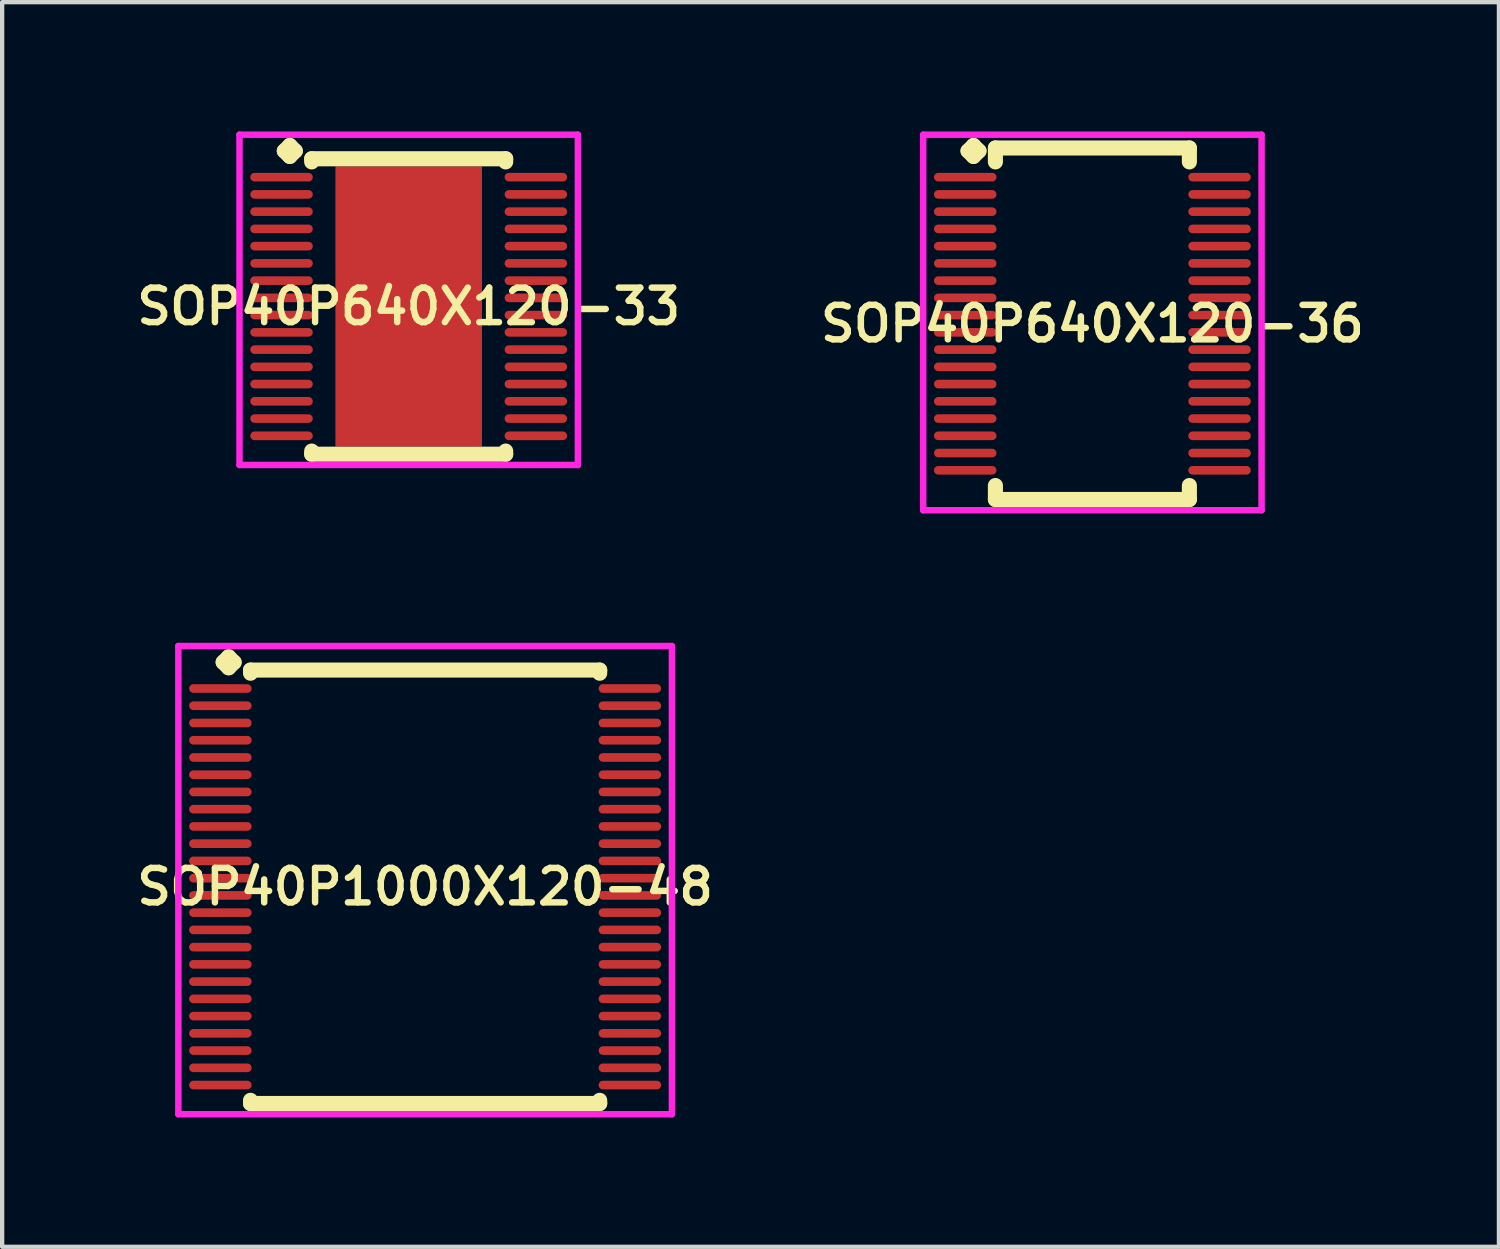
<source format=kicad_pcb>
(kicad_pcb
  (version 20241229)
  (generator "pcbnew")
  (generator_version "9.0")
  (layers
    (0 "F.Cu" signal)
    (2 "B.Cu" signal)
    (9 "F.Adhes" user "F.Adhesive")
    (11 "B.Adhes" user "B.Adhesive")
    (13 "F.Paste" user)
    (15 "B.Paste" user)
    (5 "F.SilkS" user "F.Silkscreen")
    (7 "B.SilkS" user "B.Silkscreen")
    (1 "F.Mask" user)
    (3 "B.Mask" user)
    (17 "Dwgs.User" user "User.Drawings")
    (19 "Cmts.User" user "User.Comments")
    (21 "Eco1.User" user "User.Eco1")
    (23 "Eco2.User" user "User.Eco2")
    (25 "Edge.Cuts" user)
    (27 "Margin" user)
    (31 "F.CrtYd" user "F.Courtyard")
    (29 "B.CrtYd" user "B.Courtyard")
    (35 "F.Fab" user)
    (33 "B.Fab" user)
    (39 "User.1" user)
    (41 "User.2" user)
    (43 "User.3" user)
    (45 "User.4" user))
  (footprint "SOP40P1000X120-48"
    (layer "F.Cu")
    (at 6.812 17.522)
    (property "Reference" "SOP40P1000X120-48" (at 0 0 0) (layer "F.SilkS") (effects (font (size 0.8 0.8) (thickness 0.15))))
    (attr smd)
    (fp_line (start -4.685 -5.208) (end -4.558 -5.335) (stroke (width 0.35) (type solid)) (layer "F.SilkS"))
    (fp_line (start -4.558 -5.335) (end -4.431 -5.208) (stroke (width 0.35) (type solid)) (layer "F.SilkS"))
    (fp_line (start -4.558 -5.081) (end -4.685 -5.208) (stroke (width 0.35) (type solid)) (layer "F.SilkS"))
    (fp_line (start -4.431 -5.208) (end -4.558 -5.081) (stroke (width 0.35) (type solid)) (layer "F.SilkS"))
    (fp_line (start -4.05 -5.027) (end 4.05 -5.027) (stroke (width 0.35) (type solid)) (layer "F.SilkS"))
    (fp_line (start -4.05 -4.954) (end -4.05 -5.027) (stroke (width 0.35) (type solid)) (layer "F.SilkS"))
    (fp_line (start -4.05 4.954) (end -4.05 5.027) (stroke (width 0.35) (type solid)) (layer "F.SilkS"))
    (fp_line (start -4.05 5.027) (end 4.05 5.027) (stroke (width 0.35) (type solid)) (layer "F.SilkS"))
    (fp_line (start 4.05 -5.027) (end 4.05 -4.954) (stroke (width 0.35) (type solid)) (layer "F.SilkS"))
    (fp_line (start 4.05 5.027) (end 4.05 4.954) (stroke (width 0.35) (type solid)) (layer "F.SilkS"))
    (fp_line (start -5.725 -5.585) (end 5.725 -5.585) (stroke (width 0.15) (type solid)) (layer "F.CrtYd"))
    (fp_line (start -5.725 5.277) (end -5.725 -5.585) (stroke (width 0.15) (type solid)) (layer "F.CrtYd"))
    (fp_line (start 5.725 -5.585) (end 5.725 5.277) (stroke (width 0.15) (type solid)) (layer "F.CrtYd"))
    (fp_line (start 5.725 5.277) (end -5.725 5.277) (stroke (width 0.15) (type solid)) (layer "F.CrtYd"))
    (pad "1" smd oval (at -4.75 -4.6) (size 1.45 0.2) (layers "F.Cu" "F.Mask" "F.Paste"))
    (pad "2" smd oval (at -4.75 -4.2) (size 1.45 0.2) (layers "F.Cu" "F.Mask" "F.Paste"))
    (pad "3" smd oval (at -4.75 -3.8) (size 1.45 0.2) (layers "F.Cu" "F.Mask" "F.Paste"))
    (pad "4" smd oval (at -4.75 -3.4) (size 1.45 0.2) (layers "F.Cu" "F.Mask" "F.Paste"))
    (pad "5" smd oval (at -4.75 -3) (size 1.45 0.2) (layers "F.Cu" "F.Mask" "F.Paste"))
    (pad "6" smd oval (at -4.75 -2.6) (size 1.45 0.2) (layers "F.Cu" "F.Mask" "F.Paste"))
    (pad "7" smd oval (at -4.75 -2.2) (size 1.45 0.2) (layers "F.Cu" "F.Mask" "F.Paste"))
    (pad "8" smd oval (at -4.75 -1.8) (size 1.45 0.2) (layers "F.Cu" "F.Mask" "F.Paste"))
    (pad "9" smd oval (at -4.75 -1.4) (size 1.45 0.2) (layers "F.Cu" "F.Mask" "F.Paste"))
    (pad "10" smd oval (at -4.75 -1) (size 1.45 0.2) (layers "F.Cu" "F.Mask" "F.Paste"))
    (pad "11" smd oval (at -4.75 -0.6) (size 1.45 0.2) (layers "F.Cu" "F.Mask" "F.Paste"))
    (pad "12" smd oval (at -4.75 -0.2) (size 1.45 0.2) (layers "F.Cu" "F.Mask" "F.Paste"))
    (pad "13" smd oval (at -4.75 0.2) (size 1.45 0.2) (layers "F.Cu" "F.Mask" "F.Paste"))
    (pad "14" smd oval (at -4.75 0.6) (size 1.45 0.2) (layers "F.Cu" "F.Mask" "F.Paste"))
    (pad "15" smd oval (at -4.75 1) (size 1.45 0.2) (layers "F.Cu" "F.Mask" "F.Paste"))
    (pad "16" smd oval (at -4.75 1.4) (size 1.45 0.2) (layers "F.Cu" "F.Mask" "F.Paste"))
    (pad "17" smd oval (at -4.75 1.8) (size 1.45 0.2) (layers "F.Cu" "F.Mask" "F.Paste"))
    (pad "18" smd oval (at -4.75 2.2) (size 1.45 0.2) (layers "F.Cu" "F.Mask" "F.Paste"))
    (pad "19" smd oval (at -4.75 2.6) (size 1.45 0.2) (layers "F.Cu" "F.Mask" "F.Paste"))
    (pad "20" smd oval (at -4.75 3) (size 1.45 0.2) (layers "F.Cu" "F.Mask" "F.Paste"))
    (pad "21" smd oval (at -4.75 3.4) (size 1.45 0.2) (layers "F.Cu" "F.Mask" "F.Paste"))
    (pad "22" smd oval (at -4.75 3.8) (size 1.45 0.2) (layers "F.Cu" "F.Mask" "F.Paste"))
    (pad "23" smd oval (at -4.75 4.2) (size 1.45 0.2) (layers "F.Cu" "F.Mask" "F.Paste"))
    (pad "24" smd oval (at -4.75 4.6) (size 1.45 0.2) (layers "F.Cu" "F.Mask" "F.Paste"))
    (pad "25" smd oval (at 4.75 4.6) (size 1.45 0.2) (layers "F.Cu" "F.Mask" "F.Paste"))
    (pad "26" smd oval (at 4.75 4.2) (size 1.45 0.2) (layers "F.Cu" "F.Mask" "F.Paste"))
    (pad "27" smd oval (at 4.75 3.8) (size 1.45 0.2) (layers "F.Cu" "F.Mask" "F.Paste"))
    (pad "28" smd oval (at 4.75 3.4) (size 1.45 0.2) (layers "F.Cu" "F.Mask" "F.Paste"))
    (pad "29" smd oval (at 4.75 3) (size 1.45 0.2) (layers "F.Cu" "F.Mask" "F.Paste"))
    (pad "30" smd oval (at 4.75 2.6) (size 1.45 0.2) (layers "F.Cu" "F.Mask" "F.Paste"))
    (pad "31" smd oval (at 4.75 2.2) (size 1.45 0.2) (layers "F.Cu" "F.Mask" "F.Paste"))
    (pad "32" smd oval (at 4.75 1.8) (size 1.45 0.2) (layers "F.Cu" "F.Mask" "F.Paste"))
    (pad "33" smd oval (at 4.75 1.4) (size 1.45 0.2) (layers "F.Cu" "F.Mask" "F.Paste"))
    (pad "34" smd oval (at 4.75 1) (size 1.45 0.2) (layers "F.Cu" "F.Mask" "F.Paste"))
    (pad "35" smd oval (at 4.75 0.6) (size 1.45 0.2) (layers "F.Cu" "F.Mask" "F.Paste"))
    (pad "36" smd oval (at 4.75 0.2) (size 1.45 0.2) (layers "F.Cu" "F.Mask" "F.Paste"))
    (pad "37" smd oval (at 4.75 -0.2) (size 1.45 0.2) (layers "F.Cu" "F.Mask" "F.Paste"))
    (pad "38" smd oval (at 4.75 -0.6) (size 1.45 0.2) (layers "F.Cu" "F.Mask" "F.Paste"))
    (pad "39" smd oval (at 4.75 -1) (size 1.45 0.2) (layers "F.Cu" "F.Mask" "F.Paste"))
    (pad "40" smd oval (at 4.75 -1.4) (size 1.45 0.2) (layers "F.Cu" "F.Mask" "F.Paste"))
    (pad "41" smd oval (at 4.75 -1.8) (size 1.45 0.2) (layers "F.Cu" "F.Mask" "F.Paste"))
    (pad "42" smd oval (at 4.75 -2.2) (size 1.45 0.2) (layers "F.Cu" "F.Mask" "F.Paste"))
    (pad "43" smd oval (at 4.75 -2.6) (size 1.45 0.2) (layers "F.Cu" "F.Mask" "F.Paste"))
    (pad "44" smd oval (at 4.75 -3) (size 1.45 0.2) (layers "F.Cu" "F.Mask" "F.Paste"))
    (pad "45" smd oval (at 4.75 -3.4) (size 1.45 0.2) (layers "F.Cu" "F.Mask" "F.Paste"))
    (pad "46" smd oval (at 4.75 -3.8) (size 1.45 0.2) (layers "F.Cu" "F.Mask" "F.Paste"))
    (pad "47" smd oval (at 4.75 -4.2) (size 1.45 0.2) (layers "F.Cu" "F.Mask" "F.Paste"))
    (pad "48" smd oval (at 4.75 -4.6) (size 1.45 0.2) (layers "F.Cu" "F.Mask" "F.Paste")))
  (footprint "SOP40P640X120-36"
    (layer "F.Cu")
    (at 22.292 4.46)
    (property "Reference" "SOP40P640X120-36" (at 0 0 0) (layer "F.SilkS") (effects (font (size 0.8 0.8) (thickness 0.15))))
    (attr through_hole)
    (fp_line (start -2.885 -4.008) (end -2.758 -4.135) (stroke (width 0.35) (type solid)) (layer "F.SilkS"))
    (fp_line (start -2.758 -4.135) (end -2.631 -4.008) (stroke (width 0.35) (type solid)) (layer "F.SilkS"))
    (fp_line (start -2.758 -3.881) (end -2.885 -4.008) (stroke (width 0.35) (type solid)) (layer "F.SilkS"))
    (fp_line (start -2.631 -4.008) (end -2.758 -3.881) (stroke (width 0.35) (type solid)) (layer "F.SilkS"))
    (fp_line (start -2.25 -4.077) (end 2.25 -4.077) (stroke (width 0.35) (type solid)) (layer "F.SilkS"))
    (fp_line (start -2.25 -3.754) (end -2.25 -4.077) (stroke (width 0.35) (type solid)) (layer "F.SilkS"))
    (fp_line (start -2.25 3.754) (end -2.25 4.077) (stroke (width 0.35) (type solid)) (layer "F.SilkS"))
    (fp_line (start -2.25 4.077) (end 2.25 4.077) (stroke (width 0.35) (type solid)) (layer "F.SilkS"))
    (fp_line (start 2.25 -4.077) (end 2.25 -3.754) (stroke (width 0.35) (type solid)) (layer "F.SilkS"))
    (fp_line (start 2.25 4.077) (end 2.25 3.754) (stroke (width 0.35) (type solid)) (layer "F.SilkS"))
    (fp_line (start -3.925 -4.385) (end 3.925 -4.385) (stroke (width 0.15) (type solid)) (layer "F.CrtYd"))
    (fp_line (start -3.925 4.327) (end -3.925 -4.385) (stroke (width 0.15) (type solid)) (layer "F.CrtYd"))
    (fp_line (start 3.925 -4.385) (end 3.925 4.327) (stroke (width 0.15) (type solid)) (layer "F.CrtYd"))
    (fp_line (start 3.925 4.327) (end -3.925 4.327) (stroke (width 0.15) (type solid)) (layer "F.CrtYd"))
    (pad "1" smd oval (at -2.95 -3.4) (size 1.45 0.2) (layers "F.Cu" "F.Mask" "F.Paste"))
    (pad "2" smd oval (at -2.95 -3) (size 1.45 0.2) (layers "F.Cu" "F.Mask" "F.Paste"))
    (pad "3" smd oval (at -2.95 -2.6) (size 1.45 0.2) (layers "F.Cu" "F.Mask" "F.Paste"))
    (pad "4" smd oval (at -2.95 -2.2) (size 1.45 0.2) (layers "F.Cu" "F.Mask" "F.Paste"))
    (pad "5" smd oval (at -2.95 -1.8) (size 1.45 0.2) (layers "F.Cu" "F.Mask" "F.Paste"))
    (pad "6" smd oval (at -2.95 -1.4) (size 1.45 0.2) (layers "F.Cu" "F.Mask" "F.Paste"))
    (pad "7" smd oval (at -2.95 -1) (size 1.45 0.2) (layers "F.Cu" "F.Mask" "F.Paste"))
    (pad "8" smd oval (at -2.95 -0.6) (size 1.45 0.2) (layers "F.Cu" "F.Mask" "F.Paste"))
    (pad "9" smd oval (at -2.95 -0.2) (size 1.45 0.2) (layers "F.Cu" "F.Mask" "F.Paste"))
    (pad "10" smd oval (at -2.95 0.2) (size 1.45 0.2) (layers "F.Cu" "F.Mask" "F.Paste"))
    (pad "11" smd oval (at -2.95 0.6) (size 1.45 0.2) (layers "F.Cu" "F.Mask" "F.Paste"))
    (pad "12" smd oval (at -2.95 1) (size 1.45 0.2) (layers "F.Cu" "F.Mask" "F.Paste"))
    (pad "13" smd oval (at -2.95 1.4) (size 1.45 0.2) (layers "F.Cu" "F.Mask" "F.Paste"))
    (pad "14" smd oval (at -2.95 1.8) (size 1.45 0.2) (layers "F.Cu" "F.Mask" "F.Paste"))
    (pad "15" smd oval (at -2.95 2.2) (size 1.45 0.2) (layers "F.Cu" "F.Mask" "F.Paste"))
    (pad "16" smd oval (at -2.95 2.6) (size 1.45 0.2) (layers "F.Cu" "F.Mask" "F.Paste"))
    (pad "17" smd oval (at -2.95 3) (size 1.45 0.2) (layers "F.Cu" "F.Mask" "F.Paste"))
    (pad "18" smd oval (at -2.95 3.4) (size 1.45 0.2) (layers "F.Cu" "F.Mask" "F.Paste"))
    (pad "19" smd oval (at 2.95 3.4) (size 1.45 0.2) (layers "F.Cu" "F.Mask" "F.Paste"))
    (pad "20" smd oval (at 2.95 3) (size 1.45 0.2) (layers "F.Cu" "F.Mask" "F.Paste"))
    (pad "21" smd oval (at 2.95 2.6) (size 1.45 0.2) (layers "F.Cu" "F.Mask" "F.Paste"))
    (pad "22" smd oval (at 2.95 2.2) (size 1.45 0.2) (layers "F.Cu" "F.Mask" "F.Paste"))
    (pad "23" smd oval (at 2.95 1.8) (size 1.45 0.2) (layers "F.Cu" "F.Mask" "F.Paste"))
    (pad "24" smd oval (at 2.95 1.4) (size 1.45 0.2) (layers "F.Cu" "F.Mask" "F.Paste"))
    (pad "25" smd oval (at 2.95 1) (size 1.45 0.2) (layers "F.Cu" "F.Mask" "F.Paste"))
    (pad "26" smd oval (at 2.95 0.6) (size 1.45 0.2) (layers "F.Cu" "F.Mask" "F.Paste"))
    (pad "27" smd oval (at 2.95 0.2) (size 1.45 0.2) (layers "F.Cu" "F.Mask" "F.Paste"))
    (pad "28" smd oval (at 2.95 -0.2) (size 1.45 0.2) (layers "F.Cu" "F.Mask" "F.Paste"))
    (pad "29" smd oval (at 2.95 -0.6) (size 1.45 0.2) (layers "F.Cu" "F.Mask" "F.Paste"))
    (pad "30" smd oval (at 2.95 -1) (size 1.45 0.2) (layers "F.Cu" "F.Mask" "F.Paste"))
    (pad "31" smd oval (at 2.95 -1.4) (size 1.45 0.2) (layers "F.Cu" "F.Mask" "F.Paste"))
    (pad "32" smd oval (at 2.95 -1.8) (size 1.45 0.2) (layers "F.Cu" "F.Mask" "F.Paste"))
    (pad "33" smd oval (at 2.95 -2.2) (size 1.45 0.2) (layers "F.Cu" "F.Mask" "F.Paste"))
    (pad "34" smd oval (at 2.95 -2.6) (size 1.45 0.2) (layers "F.Cu" "F.Mask" "F.Paste"))
    (pad "35" smd oval (at 2.95 -3) (size 1.45 0.2) (layers "F.Cu" "F.Mask" "F.Paste"))
    (pad "36" smd oval (at 2.95 -3.4) (size 1.45 0.2) (layers "F.Cu" "F.Mask" "F.Paste")))
  (footprint "SOP40P640X120-33"
    (layer "F.Cu")
    (at 6.431 4.06)
    (property "Reference" "SOP40P640X120-33" (at 0 0 0) (layer "F.SilkS") (effects (font (size 0.8 0.8) (thickness 0.15))))
    (attr smd)
    (fp_line (start -2.885 -3.608) (end -2.758 -3.735) (stroke (width 0.35) (type solid)) (layer "F.SilkS"))
    (fp_line (start -2.758 -3.735) (end -2.631 -3.608) (stroke (width 0.35) (type solid)) (layer "F.SilkS"))
    (fp_line (start -2.758 -3.481) (end -2.885 -3.608) (stroke (width 0.35) (type solid)) (layer "F.SilkS"))
    (fp_line (start -2.631 -3.608) (end -2.758 -3.481) (stroke (width 0.35) (type solid)) (layer "F.SilkS"))
    (fp_line (start -2.25 -3.427) (end 2.25 -3.427) (stroke (width 0.35) (type solid)) (layer "F.SilkS"))
    (fp_line (start -2.25 -3.354) (end -2.25 -3.427) (stroke (width 0.35) (type solid)) (layer "F.SilkS"))
    (fp_line (start -2.25 3.354) (end -2.25 3.427) (stroke (width 0.35) (type solid)) (layer "F.SilkS"))
    (fp_line (start -2.25 3.427) (end 2.25 3.427) (stroke (width 0.35) (type solid)) (layer "F.SilkS"))
    (fp_line (start 2.25 -3.427) (end 2.25 -3.354) (stroke (width 0.35) (type solid)) (layer "F.SilkS"))
    (fp_line (start 2.25 3.427) (end 2.25 3.354) (stroke (width 0.35) (type solid)) (layer "F.SilkS"))
    (fp_line (start -3.925 -3.985) (end 3.925 -3.985) (stroke (width 0.15) (type solid)) (layer "F.CrtYd"))
    (fp_line (start -3.925 3.677) (end -3.925 -3.985) (stroke (width 0.15) (type solid)) (layer "F.CrtYd"))
    (fp_line (start 3.925 -3.985) (end 3.925 3.677) (stroke (width 0.15) (type solid)) (layer "F.CrtYd"))
    (fp_line (start 3.925 3.677) (end -3.925 3.677) (stroke (width 0.15) (type solid)) (layer "F.CrtYd"))
    (pad "1" smd oval (at -2.95 -3) (size 1.45 0.2) (layers "F.Cu" "F.Mask" "F.Paste"))
    (pad "2" smd oval (at -2.95 -2.6) (size 1.45 0.2) (layers "F.Cu" "F.Mask" "F.Paste"))
    (pad "3" smd oval (at -2.95 -2.2) (size 1.45 0.2) (layers "F.Cu" "F.Mask" "F.Paste"))
    (pad "4" smd oval (at -2.95 -1.8) (size 1.45 0.2) (layers "F.Cu" "F.Mask" "F.Paste"))
    (pad "5" smd oval (at -2.95 -1.4) (size 1.45 0.2) (layers "F.Cu" "F.Mask" "F.Paste"))
    (pad "6" smd oval (at -2.95 -1) (size 1.45 0.2) (layers "F.Cu" "F.Mask" "F.Paste"))
    (pad "7" smd oval (at -2.95 -0.6) (size 1.45 0.2) (layers "F.Cu" "F.Mask" "F.Paste"))
    (pad "8" smd oval (at -2.95 -0.2) (size 1.45 0.2) (layers "F.Cu" "F.Mask" "F.Paste"))
    (pad "9" smd oval (at -2.95 0.2) (size 1.45 0.2) (layers "F.Cu" "F.Mask" "F.Paste"))
    (pad "10" smd oval (at -2.95 0.6) (size 1.45 0.2) (layers "F.Cu" "F.Mask" "F.Paste"))
    (pad "11" smd oval (at -2.95 1) (size 1.45 0.2) (layers "F.Cu" "F.Mask" "F.Paste"))
    (pad "12" smd oval (at -2.95 1.4) (size 1.45 0.2) (layers "F.Cu" "F.Mask" "F.Paste"))
    (pad "13" smd oval (at -2.95 1.8) (size 1.45 0.2) (layers "F.Cu" "F.Mask" "F.Paste"))
    (pad "14" smd oval (at -2.95 2.2) (size 1.45 0.2) (layers "F.Cu" "F.Mask" "F.Paste"))
    (pad "15" smd oval (at -2.95 2.6) (size 1.45 0.2) (layers "F.Cu" "F.Mask" "F.Paste"))
    (pad "16" smd oval (at -2.95 3) (size 1.45 0.2) (layers "F.Cu" "F.Mask" "F.Paste"))
    (pad "17" smd oval (at 2.95 3) (size 1.45 0.2) (layers "F.Cu" "F.Mask" "F.Paste"))
    (pad "18" smd oval (at 2.95 2.6) (size 1.45 0.2) (layers "F.Cu" "F.Mask" "F.Paste"))
    (pad "19" smd oval (at 2.95 2.2) (size 1.45 0.2) (layers "F.Cu" "F.Mask" "F.Paste"))
    (pad "20" smd oval (at 2.95 1.8) (size 1.45 0.2) (layers "F.Cu" "F.Mask" "F.Paste"))
    (pad "21" smd oval (at 2.95 1.4) (size 1.45 0.2) (layers "F.Cu" "F.Mask" "F.Paste"))
    (pad "22" smd oval (at 2.95 1) (size 1.45 0.2) (layers "F.Cu" "F.Mask" "F.Paste"))
    (pad "23" smd oval (at 2.95 0.6) (size 1.45 0.2) (layers "F.Cu" "F.Mask" "F.Paste"))
    (pad "24" smd oval (at 2.95 0.2) (size 1.45 0.2) (layers "F.Cu" "F.Mask" "F.Paste"))
    (pad "25" smd oval (at 2.95 -0.2) (size 1.45 0.2) (layers "F.Cu" "F.Mask" "F.Paste"))
    (pad "26" smd oval (at 2.95 -0.6) (size 1.45 0.2) (layers "F.Cu" "F.Mask" "F.Paste"))
    (pad "27" smd oval (at 2.95 -1) (size 1.45 0.2) (layers "F.Cu" "F.Mask" "F.Paste"))
    (pad "28" smd oval (at 2.95 -1.4) (size 1.45 0.2) (layers "F.Cu" "F.Mask" "F.Paste"))
    (pad "29" smd oval (at 2.95 -1.8) (size 1.45 0.2) (layers "F.Cu" "F.Mask" "F.Paste"))
    (pad "30" smd oval (at 2.95 -2.2) (size 1.45 0.2) (layers "F.Cu" "F.Mask" "F.Paste"))
    (pad "31" smd oval (at 2.95 -2.6) (size 1.45 0.2) (layers "F.Cu" "F.Mask" "F.Paste"))
    (pad "32" smd oval (at 2.95 -3) (size 1.45 0.2) (layers "F.Cu" "F.Mask" "F.Paste"))
    (pad "33" smd rect (at 0 0) (size 3.4 6.5) (layers "F.Cu" "F.Mask" "F.Paste")))
  (gr_rect
    (start -3 -3)
    (end 31.723 25.874)
    (stroke (width 0.1) (type default))
    (fill no)
    (layer "Edge.Cuts")))
</source>
